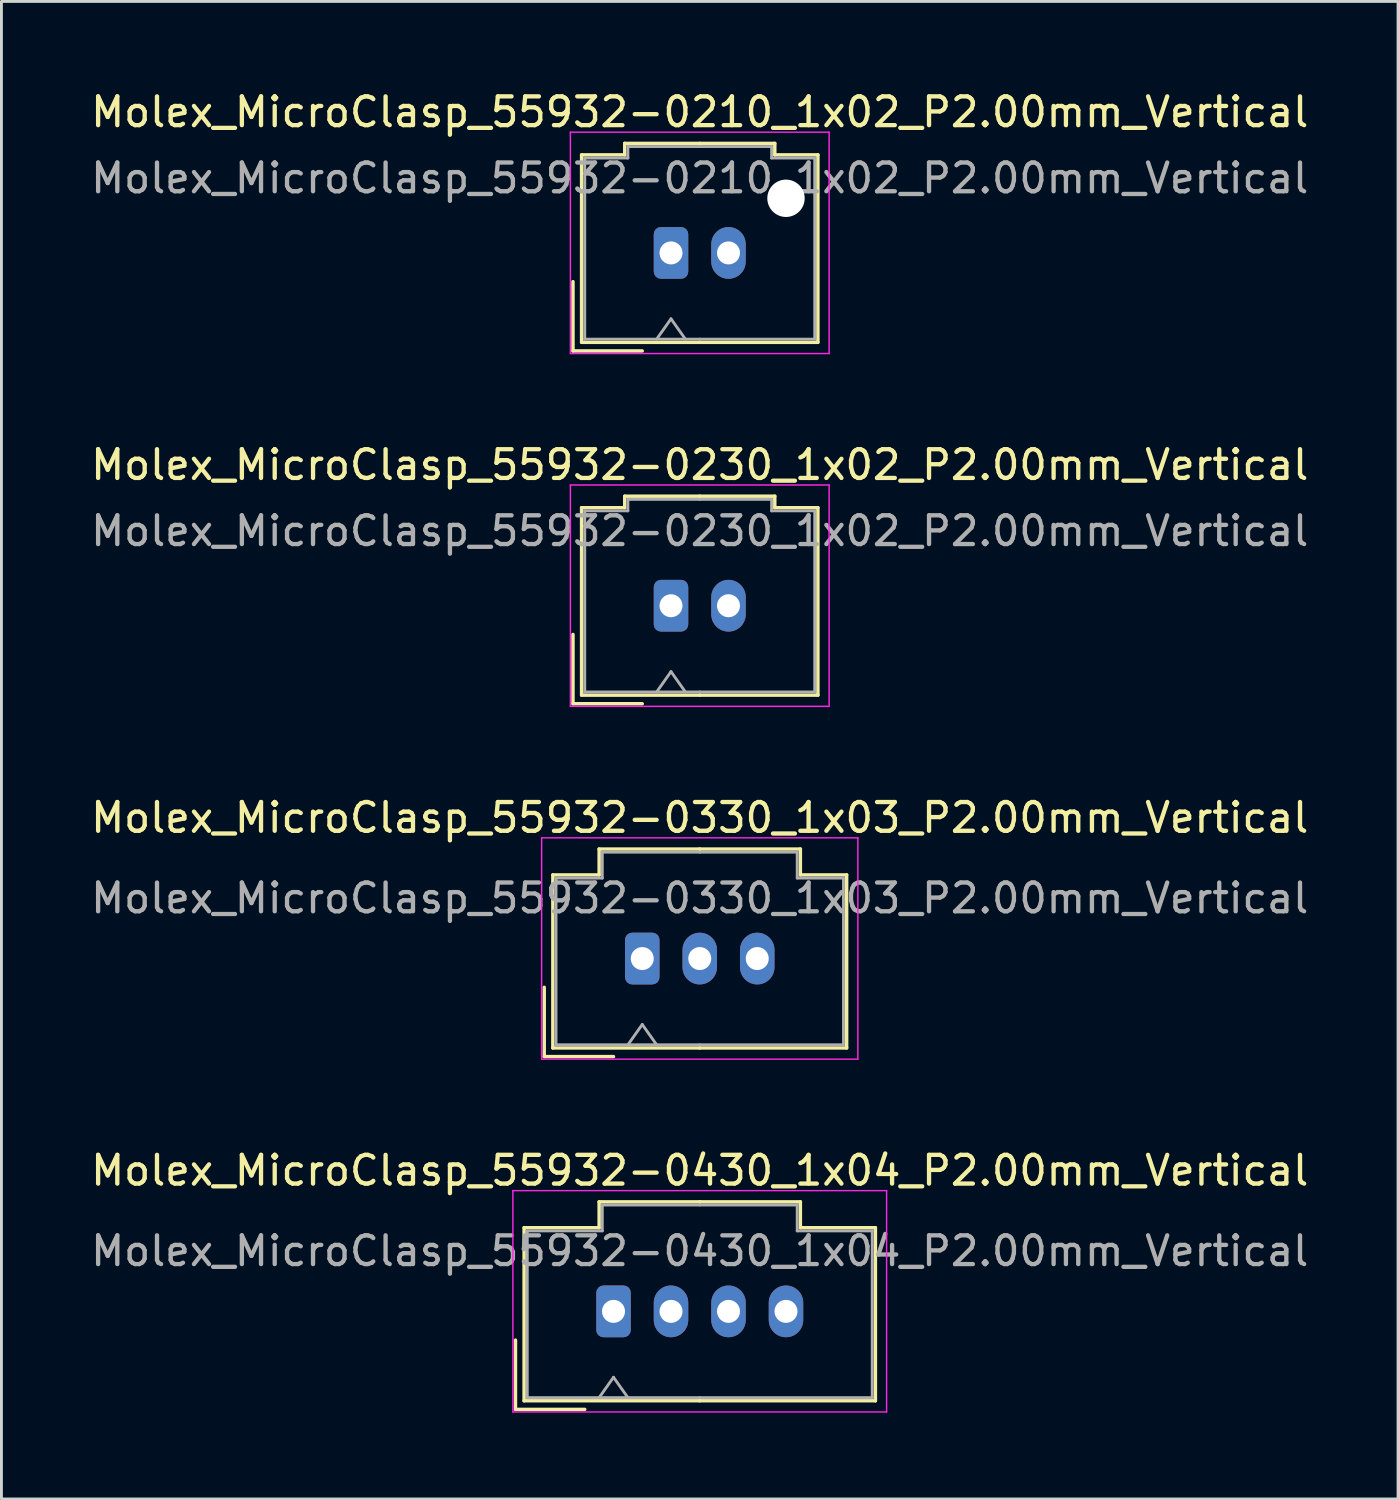
<source format=kicad_pcb>
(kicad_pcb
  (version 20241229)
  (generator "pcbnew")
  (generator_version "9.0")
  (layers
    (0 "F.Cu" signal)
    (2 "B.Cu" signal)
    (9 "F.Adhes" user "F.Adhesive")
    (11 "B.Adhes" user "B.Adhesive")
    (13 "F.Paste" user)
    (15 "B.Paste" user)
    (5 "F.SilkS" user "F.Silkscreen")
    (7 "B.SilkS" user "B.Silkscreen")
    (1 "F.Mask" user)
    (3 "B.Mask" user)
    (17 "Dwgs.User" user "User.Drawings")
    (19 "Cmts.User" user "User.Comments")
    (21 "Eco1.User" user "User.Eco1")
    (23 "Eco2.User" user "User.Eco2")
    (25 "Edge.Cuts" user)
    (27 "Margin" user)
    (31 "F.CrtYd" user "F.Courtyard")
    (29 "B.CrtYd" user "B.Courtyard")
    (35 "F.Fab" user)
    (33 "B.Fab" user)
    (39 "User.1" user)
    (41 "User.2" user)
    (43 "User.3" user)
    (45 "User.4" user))
  (footprint "Molex_MicroClasp_55932-0230_1x02_P2.00mm_Vertical"
    (layer "F.Cu")
    (at 20.292 18.021)
    (property "Reference" "Molex_MicroClasp_55932-0230_1x02_P2.00mm_Vertical" (at 1 -4.9 0) (layer "F.SilkS") (effects (font (size 1 1) (thickness 0.15))))
    (attr through_hole)
    (fp_line (start -3.41 1) (end -3.41 3.41) (stroke (width 0.12) (type solid)) (layer "F.SilkS"))
    (fp_line (start -3.41 3.41) (end -1 3.41) (stroke (width 0.12) (type solid)) (layer "F.SilkS"))
    (fp_line (start -3.11 -3.41) (end -3.11 3.11) (stroke (width 0.12) (type solid)) (layer "F.SilkS"))
    (fp_line (start -3.11 3.11) (end 1 3.11) (stroke (width 0.12) (type solid)) (layer "F.SilkS"))
    (fp_line (start -1.61 -3.81) (end -1.61 -3.41) (stroke (width 0.12) (type solid)) (layer "F.SilkS"))
    (fp_line (start -1.61 -3.41) (end -3.11 -3.41) (stroke (width 0.12) (type solid)) (layer "F.SilkS"))
    (fp_line (start 1 -3.81) (end -1.61 -3.81) (stroke (width 0.12) (type solid)) (layer "F.SilkS"))
    (fp_line (start 1 -3.81) (end 3.61 -3.81) (stroke (width 0.12) (type solid)) (layer "F.SilkS"))
    (fp_line (start 3.61 -3.81) (end 3.61 -3.41) (stroke (width 0.12) (type solid)) (layer "F.SilkS"))
    (fp_line (start 3.61 -3.41) (end 5.11 -3.41) (stroke (width 0.12) (type solid)) (layer "F.SilkS"))
    (fp_line (start 5.11 -3.41) (end 5.11 3.11) (stroke (width 0.12) (type solid)) (layer "F.SilkS"))
    (fp_line (start 5.11 3.11) (end 1 3.11) (stroke (width 0.12) (type solid)) (layer "F.SilkS"))
    (fp_line (start -3.5 -4.2) (end -3.5 3.5) (stroke (width 0.05) (type solid)) (layer "F.CrtYd"))
    (fp_line (start -3.5 3.5) (end 5.5 3.5) (stroke (width 0.05) (type solid)) (layer "F.CrtYd"))
    (fp_line (start 5.5 -4.2) (end -3.5 -4.2) (stroke (width 0.05) (type solid)) (layer "F.CrtYd"))
    (fp_line (start 5.5 3.5) (end 5.5 -4.2) (stroke (width 0.05) (type solid)) (layer "F.CrtYd"))
    (fp_line (start -3 -3.3) (end -3 3) (stroke (width 0.1) (type solid)) (layer "F.Fab"))
    (fp_line (start -3 3) (end 1 3) (stroke (width 0.1) (type solid)) (layer "F.Fab"))
    (fp_line (start -1.5 -3.7) (end -1.5 -3.3) (stroke (width 0.1) (type solid)) (layer "F.Fab"))
    (fp_line (start -1.5 -3.3) (end -3 -3.3) (stroke (width 0.1) (type solid)) (layer "F.Fab"))
    (fp_line (start -0.5 3) (end 0 2.293) (stroke (width 0.1) (type solid)) (layer "F.Fab"))
    (fp_line (start 0 2.293) (end 0.5 3) (stroke (width 0.1) (type solid)) (layer "F.Fab"))
    (fp_line (start 1 -3.7) (end -1.5 -3.7) (stroke (width 0.1) (type solid)) (layer "F.Fab"))
    (fp_line (start 1 -3.7) (end 3.5 -3.7) (stroke (width 0.1) (type solid)) (layer "F.Fab"))
    (fp_line (start 3.5 -3.7) (end 3.5 -3.3) (stroke (width 0.1) (type solid)) (layer "F.Fab"))
    (fp_line (start 3.5 -3.3) (end 5 -3.3) (stroke (width 0.1) (type solid)) (layer "F.Fab"))
    (fp_line (start 5 -3.3) (end 5 3) (stroke (width 0.1) (type solid)) (layer "F.Fab"))
    (fp_line (start 5 3) (end 1 3) (stroke (width 0.1) (type solid)) (layer "F.Fab"))
    (fp_text user "${REFERENCE}" (at 1 -2.6 0) (layer "F.Fab") (effects (font (size 1 1) (thickness 0.15))))
    (pad "1" thru_hole roundrect (at 0 0) (size 1.2 1.8) (drill 0.8) (layers "*.Cu" "*.Mask") (roundrect_rratio 0.208))
    (pad "2" thru_hole oval (at 2 0) (size 1.2 1.8) (drill 0.8) (layers "*.Cu" "*.Mask")))
  (footprint "Molex_MicroClasp_55932-0210_1x02_P2.00mm_Vertical"
    (layer "F.Cu")
    (at 20.292 5.748)
    (property "Reference" "Molex_MicroClasp_55932-0210_1x02_P2.00mm_Vertical" (at 1 -4.9 0) (layer "F.SilkS") (effects (font (size 1 1) (thickness 0.15))))
    (attr through_hole)
    (fp_line (start -3.41 1) (end -3.41 3.41) (stroke (width 0.12) (type solid)) (layer "F.SilkS"))
    (fp_line (start -3.41 3.41) (end -1 3.41) (stroke (width 0.12) (type solid)) (layer "F.SilkS"))
    (fp_line (start -3.11 -3.41) (end -3.11 3.11) (stroke (width 0.12) (type solid)) (layer "F.SilkS"))
    (fp_line (start -3.11 3.11) (end 1 3.11) (stroke (width 0.12) (type solid)) (layer "F.SilkS"))
    (fp_line (start -1.61 -3.81) (end -1.61 -3.41) (stroke (width 0.12) (type solid)) (layer "F.SilkS"))
    (fp_line (start -1.61 -3.41) (end -3.11 -3.41) (stroke (width 0.12) (type solid)) (layer "F.SilkS"))
    (fp_line (start 1 -3.81) (end -1.61 -3.81) (stroke (width 0.12) (type solid)) (layer "F.SilkS"))
    (fp_line (start 1 -3.81) (end 3.61 -3.81) (stroke (width 0.12) (type solid)) (layer "F.SilkS"))
    (fp_line (start 3.61 -3.81) (end 3.61 -3.41) (stroke (width 0.12) (type solid)) (layer "F.SilkS"))
    (fp_line (start 3.61 -3.41) (end 5.11 -3.41) (stroke (width 0.12) (type solid)) (layer "F.SilkS"))
    (fp_line (start 5.11 -3.41) (end 5.11 3.11) (stroke (width 0.12) (type solid)) (layer "F.SilkS"))
    (fp_line (start 5.11 3.11) (end 1 3.11) (stroke (width 0.12) (type solid)) (layer "F.SilkS"))
    (fp_line (start -3.5 -4.2) (end -3.5 3.5) (stroke (width 0.05) (type solid)) (layer "F.CrtYd"))
    (fp_line (start -3.5 3.5) (end 5.5 3.5) (stroke (width 0.05) (type solid)) (layer "F.CrtYd"))
    (fp_line (start 5.5 -4.2) (end -3.5 -4.2) (stroke (width 0.05) (type solid)) (layer "F.CrtYd"))
    (fp_line (start 5.5 3.5) (end 5.5 -4.2) (stroke (width 0.05) (type solid)) (layer "F.CrtYd"))
    (fp_line (start -3 -3.3) (end -3 3) (stroke (width 0.1) (type solid)) (layer "F.Fab"))
    (fp_line (start -3 3) (end 1 3) (stroke (width 0.1) (type solid)) (layer "F.Fab"))
    (fp_line (start -1.5 -3.7) (end -1.5 -3.3) (stroke (width 0.1) (type solid)) (layer "F.Fab"))
    (fp_line (start -1.5 -3.3) (end -3 -3.3) (stroke (width 0.1) (type solid)) (layer "F.Fab"))
    (fp_line (start -0.5 3) (end 0 2.293) (stroke (width 0.1) (type solid)) (layer "F.Fab"))
    (fp_line (start 0 2.293) (end 0.5 3) (stroke (width 0.1) (type solid)) (layer "F.Fab"))
    (fp_line (start 1 -3.7) (end -1.5 -3.7) (stroke (width 0.1) (type solid)) (layer "F.Fab"))
    (fp_line (start 1 -3.7) (end 3.5 -3.7) (stroke (width 0.1) (type solid)) (layer "F.Fab"))
    (fp_line (start 3.5 -3.7) (end 3.5 -3.3) (stroke (width 0.1) (type solid)) (layer "F.Fab"))
    (fp_line (start 3.5 -3.3) (end 5 -3.3) (stroke (width 0.1) (type solid)) (layer "F.Fab"))
    (fp_line (start 5 -3.3) (end 5 3) (stroke (width 0.1) (type solid)) (layer "F.Fab"))
    (fp_line (start 5 3) (end 1 3) (stroke (width 0.1) (type solid)) (layer "F.Fab"))
    (fp_text user "${REFERENCE}" (at 1 -2.6 0) (layer "F.Fab") (effects (font (size 1 1) (thickness 0.15))))
    (pad "" np_thru_hole circle (at 4 -1.9) (size 1.3 1.3) (drill 1.3) (layers "*.Cu" "*.Mask"))
    (pad "1" thru_hole roundrect (at 0 0) (size 1.2 1.8) (drill 0.8) (layers "*.Cu" "*.Mask") (roundrect_rratio 0.208))
    (pad "2" thru_hole oval (at 2 0) (size 1.2 1.8) (drill 0.8) (layers "*.Cu" "*.Mask")))
  (footprint "Molex_MicroClasp_55932-0330_1x03_P2.00mm_Vertical"
    (layer "F.Cu")
    (at 19.292 30.295)
    (property "Reference" "Molex_MicroClasp_55932-0330_1x03_P2.00mm_Vertical" (at 2 -4.9 0) (layer "F.SilkS") (effects (font (size 1 1) (thickness 0.15))))
    (attr through_hole)
    (fp_line (start -3.41 1) (end -3.41 3.41) (stroke (width 0.12) (type solid)) (layer "F.SilkS"))
    (fp_line (start -3.41 3.41) (end -1 3.41) (stroke (width 0.12) (type solid)) (layer "F.SilkS"))
    (fp_line (start -3.11 -2.91) (end -3.11 3.11) (stroke (width 0.12) (type solid)) (layer "F.SilkS"))
    (fp_line (start -3.11 3.11) (end 2 3.11) (stroke (width 0.12) (type solid)) (layer "F.SilkS"))
    (fp_line (start -1.5 -3.81) (end -1.5 -2.91) (stroke (width 0.12) (type solid)) (layer "F.SilkS"))
    (fp_line (start -1.5 -2.91) (end -3.11 -2.91) (stroke (width 0.12) (type solid)) (layer "F.SilkS"))
    (fp_line (start 2 -3.81) (end -1.5 -3.81) (stroke (width 0.12) (type solid)) (layer "F.SilkS"))
    (fp_line (start 2 -3.81) (end 5.5 -3.81) (stroke (width 0.12) (type solid)) (layer "F.SilkS"))
    (fp_line (start 5.5 -3.81) (end 5.5 -2.91) (stroke (width 0.12) (type solid)) (layer "F.SilkS"))
    (fp_line (start 5.5 -2.91) (end 7.11 -2.91) (stroke (width 0.12) (type solid)) (layer "F.SilkS"))
    (fp_line (start 7.11 -2.91) (end 7.11 3.11) (stroke (width 0.12) (type solid)) (layer "F.SilkS"))
    (fp_line (start 7.11 3.11) (end 2 3.11) (stroke (width 0.12) (type solid)) (layer "F.SilkS"))
    (fp_line (start -3.5 -4.2) (end -3.5 3.5) (stroke (width 0.05) (type solid)) (layer "F.CrtYd"))
    (fp_line (start -3.5 3.5) (end 7.5 3.5) (stroke (width 0.05) (type solid)) (layer "F.CrtYd"))
    (fp_line (start 7.5 -4.2) (end -3.5 -4.2) (stroke (width 0.05) (type solid)) (layer "F.CrtYd"))
    (fp_line (start 7.5 3.5) (end 7.5 -4.2) (stroke (width 0.05) (type solid)) (layer "F.CrtYd"))
    (fp_line (start -3 -2.8) (end -3 3) (stroke (width 0.1) (type solid)) (layer "F.Fab"))
    (fp_line (start -3 3) (end 2 3) (stroke (width 0.1) (type solid)) (layer "F.Fab"))
    (fp_line (start -1.39 -3.7) (end -1.39 -2.8) (stroke (width 0.1) (type solid)) (layer "F.Fab"))
    (fp_line (start -1.39 -2.8) (end -3 -2.8) (stroke (width 0.1) (type solid)) (layer "F.Fab"))
    (fp_line (start -0.5 3) (end 0 2.293) (stroke (width 0.1) (type solid)) (layer "F.Fab"))
    (fp_line (start 0 2.293) (end 0.5 3) (stroke (width 0.1) (type solid)) (layer "F.Fab"))
    (fp_line (start 2 -3.7) (end -1.39 -3.7) (stroke (width 0.1) (type solid)) (layer "F.Fab"))
    (fp_line (start 2 -3.7) (end 5.39 -3.7) (stroke (width 0.1) (type solid)) (layer "F.Fab"))
    (fp_line (start 5.39 -3.7) (end 5.39 -2.8) (stroke (width 0.1) (type solid)) (layer "F.Fab"))
    (fp_line (start 5.39 -2.8) (end 7 -2.8) (stroke (width 0.1) (type solid)) (layer "F.Fab"))
    (fp_line (start 7 -2.8) (end 7 3) (stroke (width 0.1) (type solid)) (layer "F.Fab"))
    (fp_line (start 7 3) (end 2 3) (stroke (width 0.1) (type solid)) (layer "F.Fab"))
    (fp_text user "${REFERENCE}" (at 2 -2.1 0) (layer "F.Fab") (effects (font (size 1 1) (thickness 0.15))))
    (pad "1" thru_hole roundrect (at 0 0) (size 1.2 1.8) (drill 0.8) (layers "*.Cu" "*.Mask") (roundrect_rratio 0.208))
    (pad "2" thru_hole oval (at 2 0) (size 1.2 1.8) (drill 0.8) (layers "*.Cu" "*.Mask"))
    (pad "3" thru_hole oval (at 4 0) (size 1.2 1.8) (drill 0.8) (layers "*.Cu" "*.Mask")))
  (footprint "Molex_MicroClasp_55932-0430_1x04_P2.00mm_Vertical"
    (layer "F.Cu")
    (at 18.292 42.568)
    (property "Reference" "Molex_MicroClasp_55932-0430_1x04_P2.00mm_Vertical" (at 3 -4.9 0) (layer "F.SilkS") (effects (font (size 1 1) (thickness 0.15))))
    (attr through_hole)
    (fp_line (start -3.41 1) (end -3.41 3.41) (stroke (width 0.12) (type solid)) (layer "F.SilkS"))
    (fp_line (start -3.41 3.41) (end -1 3.41) (stroke (width 0.12) (type solid)) (layer "F.SilkS"))
    (fp_line (start -3.11 -2.91) (end -3.11 3.11) (stroke (width 0.12) (type solid)) (layer "F.SilkS"))
    (fp_line (start -3.11 3.11) (end 3 3.11) (stroke (width 0.12) (type solid)) (layer "F.SilkS"))
    (fp_line (start -0.5 -3.81) (end -0.5 -2.91) (stroke (width 0.12) (type solid)) (layer "F.SilkS"))
    (fp_line (start -0.5 -2.91) (end -3.11 -2.91) (stroke (width 0.12) (type solid)) (layer "F.SilkS"))
    (fp_line (start 3 -3.81) (end -0.5 -3.81) (stroke (width 0.12) (type solid)) (layer "F.SilkS"))
    (fp_line (start 3 -3.81) (end 6.5 -3.81) (stroke (width 0.12) (type solid)) (layer "F.SilkS"))
    (fp_line (start 6.5 -3.81) (end 6.5 -2.91) (stroke (width 0.12) (type solid)) (layer "F.SilkS"))
    (fp_line (start 6.5 -2.91) (end 9.11 -2.91) (stroke (width 0.12) (type solid)) (layer "F.SilkS"))
    (fp_line (start 9.11 -2.91) (end 9.11 3.11) (stroke (width 0.12) (type solid)) (layer "F.SilkS"))
    (fp_line (start 9.11 3.11) (end 3 3.11) (stroke (width 0.12) (type solid)) (layer "F.SilkS"))
    (fp_line (start -3.5 -4.2) (end -3.5 3.5) (stroke (width 0.05) (type solid)) (layer "F.CrtYd"))
    (fp_line (start -3.5 3.5) (end 9.5 3.5) (stroke (width 0.05) (type solid)) (layer "F.CrtYd"))
    (fp_line (start 9.5 -4.2) (end -3.5 -4.2) (stroke (width 0.05) (type solid)) (layer "F.CrtYd"))
    (fp_line (start 9.5 3.5) (end 9.5 -4.2) (stroke (width 0.05) (type solid)) (layer "F.CrtYd"))
    (fp_line (start -3 -2.8) (end -3 3) (stroke (width 0.1) (type solid)) (layer "F.Fab"))
    (fp_line (start -3 3) (end 3 3) (stroke (width 0.1) (type solid)) (layer "F.Fab"))
    (fp_line (start -0.5 3) (end 0 2.293) (stroke (width 0.1) (type solid)) (layer "F.Fab"))
    (fp_line (start -0.39 -3.7) (end -0.39 -2.8) (stroke (width 0.1) (type solid)) (layer "F.Fab"))
    (fp_line (start -0.39 -2.8) (end -3 -2.8) (stroke (width 0.1) (type solid)) (layer "F.Fab"))
    (fp_line (start 0 2.293) (end 0.5 3) (stroke (width 0.1) (type solid)) (layer "F.Fab"))
    (fp_line (start 3 -3.7) (end -0.39 -3.7) (stroke (width 0.1) (type solid)) (layer "F.Fab"))
    (fp_line (start 3 -3.7) (end 6.39 -3.7) (stroke (width 0.1) (type solid)) (layer "F.Fab"))
    (fp_line (start 6.39 -3.7) (end 6.39 -2.8) (stroke (width 0.1) (type solid)) (layer "F.Fab"))
    (fp_line (start 6.39 -2.8) (end 9 -2.8) (stroke (width 0.1) (type solid)) (layer "F.Fab"))
    (fp_line (start 9 -2.8) (end 9 3) (stroke (width 0.1) (type solid)) (layer "F.Fab"))
    (fp_line (start 9 3) (end 3 3) (stroke (width 0.1) (type solid)) (layer "F.Fab"))
    (fp_text user "${REFERENCE}" (at 3 -2.1 0) (layer "F.Fab") (effects (font (size 1 1) (thickness 0.15))))
    (pad "1" thru_hole roundrect (at 0 0) (size 1.2 1.8) (drill 0.8) (layers "*.Cu" "*.Mask") (roundrect_rratio 0.208))
    (pad "2" thru_hole oval (at 2 0) (size 1.2 1.8) (drill 0.8) (layers "*.Cu" "*.Mask"))
    (pad "3" thru_hole oval (at 4 0) (size 1.2 1.8) (drill 0.8) (layers "*.Cu" "*.Mask"))
    (pad "4" thru_hole oval (at 6 0) (size 1.2 1.8) (drill 0.8) (layers "*.Cu" "*.Mask")))
  (gr_rect
    (start -3 -3)
    (end 45.583 49.093)
    (stroke (width 0.1) (type default))
    (fill no)
    (layer "Edge.Cuts")))
</source>
